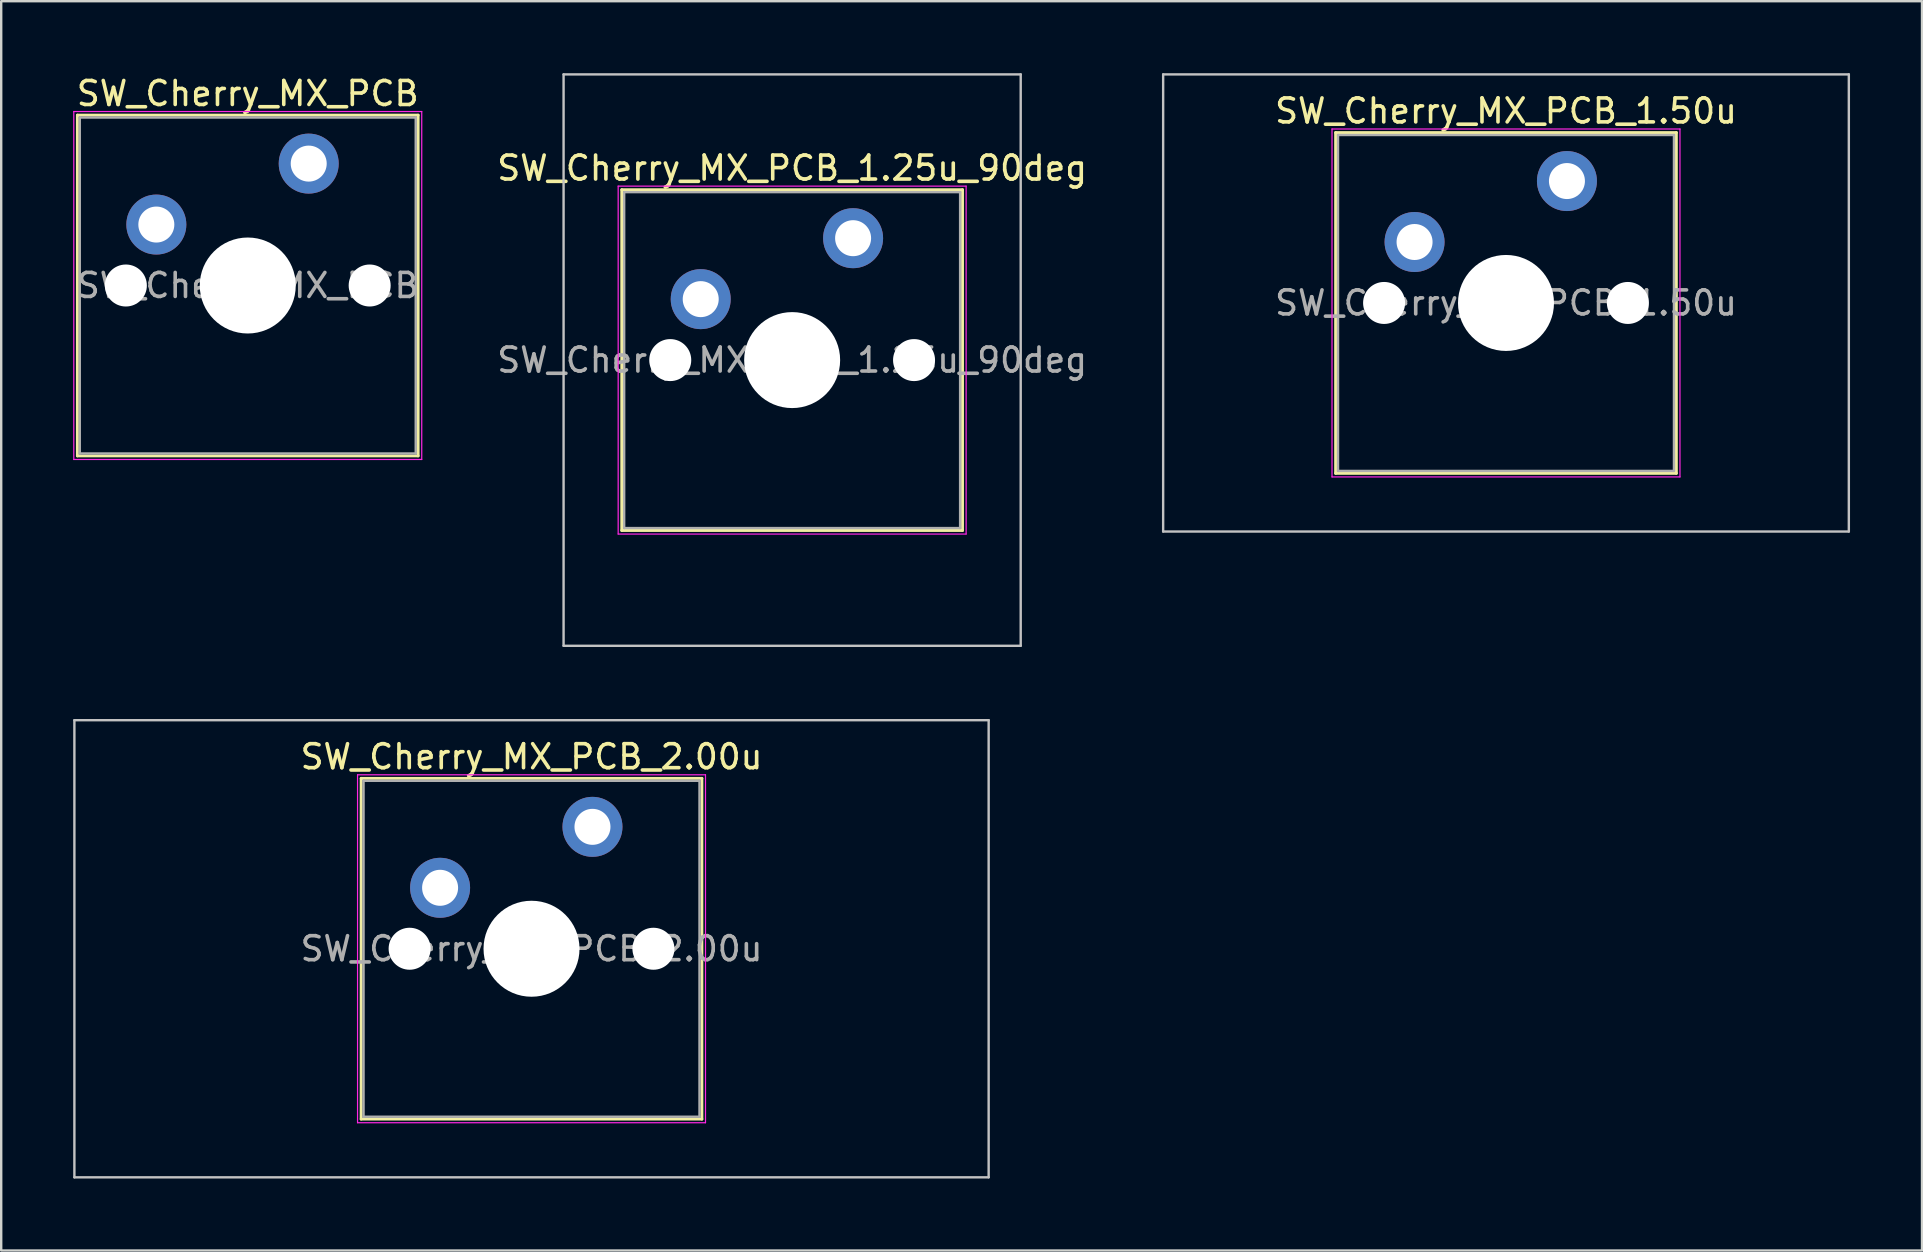
<source format=kicad_pcb>
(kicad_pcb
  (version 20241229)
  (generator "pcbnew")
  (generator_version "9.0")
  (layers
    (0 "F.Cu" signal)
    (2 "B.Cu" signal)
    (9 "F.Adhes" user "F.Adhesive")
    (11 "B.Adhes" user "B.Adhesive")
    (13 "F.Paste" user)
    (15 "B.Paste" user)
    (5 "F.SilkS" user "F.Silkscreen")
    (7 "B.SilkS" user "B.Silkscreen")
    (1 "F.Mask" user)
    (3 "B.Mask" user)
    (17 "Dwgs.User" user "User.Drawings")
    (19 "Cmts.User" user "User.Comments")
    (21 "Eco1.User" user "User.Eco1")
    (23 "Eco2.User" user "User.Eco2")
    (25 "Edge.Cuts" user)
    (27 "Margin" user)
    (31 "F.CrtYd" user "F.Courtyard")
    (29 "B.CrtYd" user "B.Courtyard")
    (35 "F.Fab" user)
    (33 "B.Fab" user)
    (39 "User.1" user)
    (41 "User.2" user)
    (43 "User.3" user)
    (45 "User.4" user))
  (footprint "SW_Cherry_MX_PCB_1.25u_90deg"
    (layer "F.Cu")
    (at 29.961 11.956)
    (property "Reference" "SW_Cherry_MX_PCB_1.25u_90deg" (at 0 -8 0) (layer "F.SilkS") (effects (font (size 1 1) (thickness 0.15))))
    (attr through_hole)
    (fp_line (start -7.1 -7.1) (end -7.1 7.1) (stroke (width 0.12) (type solid)) (layer "F.SilkS"))
    (fp_line (start -7.1 7.1) (end 7.1 7.1) (stroke (width 0.12) (type solid)) (layer "F.SilkS"))
    (fp_line (start 7.1 -7.1) (end -7.1 -7.1) (stroke (width 0.12) (type solid)) (layer "F.SilkS"))
    (fp_line (start 7.1 7.1) (end 7.1 -7.1) (stroke (width 0.12) (type solid)) (layer "F.SilkS"))
    (fp_line (start -9.525 -11.906) (end 9.525 -11.906) (stroke (width 0.1) (type solid)) (layer "Dwgs.User"))
    (fp_line (start -9.525 11.906) (end -9.525 -11.906) (stroke (width 0.1) (type solid)) (layer "Dwgs.User"))
    (fp_line (start 9.525 -11.906) (end 9.525 11.906) (stroke (width 0.1) (type solid)) (layer "Dwgs.User"))
    (fp_line (start 9.525 11.906) (end -9.525 11.906) (stroke (width 0.1) (type solid)) (layer "Dwgs.User"))
    (fp_line (start -7 -7) (end -7 7) (stroke (width 0.1) (type solid)) (layer "Eco1.User"))
    (fp_line (start -7 7) (end 7 7) (stroke (width 0.1) (type solid)) (layer "Eco1.User"))
    (fp_line (start 7 -7) (end -7 -7) (stroke (width 0.1) (type solid)) (layer "Eco1.User"))
    (fp_line (start 7 7) (end 7 -7) (stroke (width 0.1) (type solid)) (layer "Eco1.User"))
    (fp_line (start -7.25 -7.25) (end -7.25 7.25) (stroke (width 0.05) (type solid)) (layer "F.CrtYd"))
    (fp_line (start -7.25 7.25) (end 7.25 7.25) (stroke (width 0.05) (type solid)) (layer "F.CrtYd"))
    (fp_line (start 7.25 -7.25) (end -7.25 -7.25) (stroke (width 0.05) (type solid)) (layer "F.CrtYd"))
    (fp_line (start 7.25 7.25) (end 7.25 -7.25) (stroke (width 0.05) (type solid)) (layer "F.CrtYd"))
    (fp_line (start -7 -7) (end -7 7) (stroke (width 0.1) (type solid)) (layer "F.Fab"))
    (fp_line (start -7 7) (end 7 7) (stroke (width 0.1) (type solid)) (layer "F.Fab"))
    (fp_line (start 7 -7) (end -7 -7) (stroke (width 0.1) (type solid)) (layer "F.Fab"))
    (fp_line (start 7 7) (end 7 -7) (stroke (width 0.1) (type solid)) (layer "F.Fab"))
    (fp_text user "${REFERENCE}" (at 0 0 0) (layer "F.Fab") (effects (font (size 1 1) (thickness 0.15))))
    (pad "" np_thru_hole circle (at -5.08 0) (size 1.75 1.75) (drill 1.75) (layers "*.Cu" "*.Mask"))
    (pad "" np_thru_hole circle (at 0 0) (size 4 4) (drill 4) (layers "*.Cu" "*.Mask"))
    (pad "" np_thru_hole circle (at 5.08 0) (size 1.75 1.75) (drill 1.75) (layers "*.Cu" "*.Mask"))
    (pad "1" thru_hole circle (at -3.81 -2.54) (size 2.5 2.5) (drill 1.5) (layers "*.Cu" "*.Mask"))
    (pad "2" thru_hole circle (at 2.54 -5.08) (size 2.5 2.5) (drill 1.5) (layers "*.Cu" "*.Mask")))
  (footprint "SW_Cherry_MX_PCB"
    (layer "F.Cu")
    (at 7.275 8.848)
    (property "Reference" "SW_Cherry_MX_PCB" (at 0 -8 0) (layer "F.SilkS") (effects (font (size 1 1) (thickness 0.15))))
    (attr through_hole)
    (fp_line (start -7.1 -7.1) (end -7.1 7.1) (stroke (width 0.12) (type solid)) (layer "F.SilkS"))
    (fp_line (start -7.1 7.1) (end 7.1 7.1) (stroke (width 0.12) (type solid)) (layer "F.SilkS"))
    (fp_line (start 7.1 -7.1) (end -7.1 -7.1) (stroke (width 0.12) (type solid)) (layer "F.SilkS"))
    (fp_line (start 7.1 7.1) (end 7.1 -7.1) (stroke (width 0.12) (type solid)) (layer "F.SilkS"))
    (fp_line (start -7 -7) (end -7 7) (stroke (width 0.1) (type solid)) (layer "Eco1.User"))
    (fp_line (start -7 7) (end 7 7) (stroke (width 0.1) (type solid)) (layer "Eco1.User"))
    (fp_line (start 7 -7) (end -7 -7) (stroke (width 0.1) (type solid)) (layer "Eco1.User"))
    (fp_line (start 7 7) (end 7 -7) (stroke (width 0.1) (type solid)) (layer "Eco1.User"))
    (fp_line (start -7.25 -7.25) (end -7.25 7.25) (stroke (width 0.05) (type solid)) (layer "F.CrtYd"))
    (fp_line (start -7.25 7.25) (end 7.25 7.25) (stroke (width 0.05) (type solid)) (layer "F.CrtYd"))
    (fp_line (start 7.25 -7.25) (end -7.25 -7.25) (stroke (width 0.05) (type solid)) (layer "F.CrtYd"))
    (fp_line (start 7.25 7.25) (end 7.25 -7.25) (stroke (width 0.05) (type solid)) (layer "F.CrtYd"))
    (fp_line (start -7 -7) (end -7 7) (stroke (width 0.1) (type solid)) (layer "F.Fab"))
    (fp_line (start -7 7) (end 7 7) (stroke (width 0.1) (type solid)) (layer "F.Fab"))
    (fp_line (start 7 -7) (end -7 -7) (stroke (width 0.1) (type solid)) (layer "F.Fab"))
    (fp_line (start 7 7) (end 7 -7) (stroke (width 0.1) (type solid)) (layer "F.Fab"))
    (fp_text user "${REFERENCE}" (at 0 0 0) (layer "F.Fab") (effects (font (size 1 1) (thickness 0.15))))
    (pad "" np_thru_hole circle (at -5.08 0) (size 1.75 1.75) (drill 1.75) (layers "*.Cu" "*.Mask"))
    (pad "" np_thru_hole circle (at 0 0) (size 4 4) (drill 4) (layers "*.Cu" "*.Mask"))
    (pad "" np_thru_hole circle (at 5.08 0) (size 1.75 1.75) (drill 1.75) (layers "*.Cu" "*.Mask"))
    (pad "1" thru_hole circle (at -3.81 -2.54) (size 2.5 2.5) (drill 1.5) (layers "*.Cu" "*.Mask"))
    (pad "2" thru_hole circle (at 2.54 -5.08) (size 2.5 2.5) (drill 1.5) (layers "*.Cu" "*.Mask")))
  (footprint "SW_Cherry_MX_PCB_1.50u"
    (layer "F.Cu")
    (at 59.709 9.575)
    (property "Reference" "SW_Cherry_MX_PCB_1.50u" (at 0 -8 0) (layer "F.SilkS") (effects (font (size 1 1) (thickness 0.15))))
    (attr through_hole)
    (fp_line (start -7.1 -7.1) (end -7.1 7.1) (stroke (width 0.12) (type solid)) (layer "F.SilkS"))
    (fp_line (start -7.1 7.1) (end 7.1 7.1) (stroke (width 0.12) (type solid)) (layer "F.SilkS"))
    (fp_line (start 7.1 -7.1) (end -7.1 -7.1) (stroke (width 0.12) (type solid)) (layer "F.SilkS"))
    (fp_line (start 7.1 7.1) (end 7.1 -7.1) (stroke (width 0.12) (type solid)) (layer "F.SilkS"))
    (fp_line (start -14.287 -9.525) (end -14.287 9.525) (stroke (width 0.1) (type solid)) (layer "Dwgs.User"))
    (fp_line (start -14.287 9.525) (end 14.287 9.525) (stroke (width 0.1) (type solid)) (layer "Dwgs.User"))
    (fp_line (start 14.287 -9.525) (end -14.287 -9.525) (stroke (width 0.1) (type solid)) (layer "Dwgs.User"))
    (fp_line (start 14.287 9.525) (end 14.287 -9.525) (stroke (width 0.1) (type solid)) (layer "Dwgs.User"))
    (fp_line (start -7 -7) (end -7 7) (stroke (width 0.1) (type solid)) (layer "Eco1.User"))
    (fp_line (start -7 7) (end 7 7) (stroke (width 0.1) (type solid)) (layer "Eco1.User"))
    (fp_line (start 7 -7) (end -7 -7) (stroke (width 0.1) (type solid)) (layer "Eco1.User"))
    (fp_line (start 7 7) (end 7 -7) (stroke (width 0.1) (type solid)) (layer "Eco1.User"))
    (fp_line (start -7.25 -7.25) (end -7.25 7.25) (stroke (width 0.05) (type solid)) (layer "F.CrtYd"))
    (fp_line (start -7.25 7.25) (end 7.25 7.25) (stroke (width 0.05) (type solid)) (layer "F.CrtYd"))
    (fp_line (start 7.25 -7.25) (end -7.25 -7.25) (stroke (width 0.05) (type solid)) (layer "F.CrtYd"))
    (fp_line (start 7.25 7.25) (end 7.25 -7.25) (stroke (width 0.05) (type solid)) (layer "F.CrtYd"))
    (fp_line (start -7 -7) (end -7 7) (stroke (width 0.1) (type solid)) (layer "F.Fab"))
    (fp_line (start -7 7) (end 7 7) (stroke (width 0.1) (type solid)) (layer "F.Fab"))
    (fp_line (start 7 -7) (end -7 -7) (stroke (width 0.1) (type solid)) (layer "F.Fab"))
    (fp_line (start 7 7) (end 7 -7) (stroke (width 0.1) (type solid)) (layer "F.Fab"))
    (fp_text user "${REFERENCE}" (at 0 0 0) (layer "F.Fab") (effects (font (size 1 1) (thickness 0.15))))
    (pad "" np_thru_hole circle (at -5.08 0) (size 1.75 1.75) (drill 1.75) (layers "*.Cu" "*.Mask"))
    (pad "" np_thru_hole circle (at 0 0) (size 4 4) (drill 4) (layers "*.Cu" "*.Mask"))
    (pad "" np_thru_hole circle (at 5.08 0) (size 1.75 1.75) (drill 1.75) (layers "*.Cu" "*.Mask"))
    (pad "1" thru_hole circle (at -3.81 -2.54) (size 2.5 2.5) (drill 1.5) (layers "*.Cu" "*.Mask"))
    (pad "2" thru_hole circle (at 2.54 -5.08) (size 2.5 2.5) (drill 1.5) (layers "*.Cu" "*.Mask")))
  (footprint "SW_Cherry_MX_PCB_2.00u"
    (layer "F.Cu")
    (at 19.1 36.487)
    (property "Reference" "SW_Cherry_MX_PCB_2.00u" (at 0 -8 0) (layer "F.SilkS") (effects (font (size 1 1) (thickness 0.15))))
    (attr through_hole)
    (fp_line (start -7.1 -7.1) (end -7.1 7.1) (stroke (width 0.12) (type solid)) (layer "F.SilkS"))
    (fp_line (start -7.1 7.1) (end 7.1 7.1) (stroke (width 0.12) (type solid)) (layer "F.SilkS"))
    (fp_line (start 7.1 -7.1) (end -7.1 -7.1) (stroke (width 0.12) (type solid)) (layer "F.SilkS"))
    (fp_line (start 7.1 7.1) (end 7.1 -7.1) (stroke (width 0.12) (type solid)) (layer "F.SilkS"))
    (fp_line (start -19.05 -9.525) (end -19.05 9.525) (stroke (width 0.1) (type solid)) (layer "Dwgs.User"))
    (fp_line (start -19.05 9.525) (end 19.05 9.525) (stroke (width 0.1) (type solid)) (layer "Dwgs.User"))
    (fp_line (start 19.05 -9.525) (end -19.05 -9.525) (stroke (width 0.1) (type solid)) (layer "Dwgs.User"))
    (fp_line (start 19.05 9.525) (end 19.05 -9.525) (stroke (width 0.1) (type solid)) (layer "Dwgs.User"))
    (fp_line (start -7 -7) (end -7 7) (stroke (width 0.1) (type solid)) (layer "Eco1.User"))
    (fp_line (start -7 7) (end 7 7) (stroke (width 0.1) (type solid)) (layer "Eco1.User"))
    (fp_line (start 7 -7) (end -7 -7) (stroke (width 0.1) (type solid)) (layer "Eco1.User"))
    (fp_line (start 7 7) (end 7 -7) (stroke (width 0.1) (type solid)) (layer "Eco1.User"))
    (fp_line (start -7.25 -7.25) (end -7.25 7.25) (stroke (width 0.05) (type solid)) (layer "F.CrtYd"))
    (fp_line (start -7.25 7.25) (end 7.25 7.25) (stroke (width 0.05) (type solid)) (layer "F.CrtYd"))
    (fp_line (start 7.25 -7.25) (end -7.25 -7.25) (stroke (width 0.05) (type solid)) (layer "F.CrtYd"))
    (fp_line (start 7.25 7.25) (end 7.25 -7.25) (stroke (width 0.05) (type solid)) (layer "F.CrtYd"))
    (fp_line (start -7 -7) (end -7 7) (stroke (width 0.1) (type solid)) (layer "F.Fab"))
    (fp_line (start -7 7) (end 7 7) (stroke (width 0.1) (type solid)) (layer "F.Fab"))
    (fp_line (start 7 -7) (end -7 -7) (stroke (width 0.1) (type solid)) (layer "F.Fab"))
    (fp_line (start 7 7) (end 7 -7) (stroke (width 0.1) (type solid)) (layer "F.Fab"))
    (fp_text user "${REFERENCE}" (at 0 0 0) (layer "F.Fab") (effects (font (size 1 1) (thickness 0.15))))
    (pad "" np_thru_hole circle (at -5.08 0) (size 1.75 1.75) (drill 1.75) (layers "*.Cu" "*.Mask"))
    (pad "" np_thru_hole circle (at 0 0) (size 4 4) (drill 4) (layers "*.Cu" "*.Mask"))
    (pad "" np_thru_hole circle (at 5.08 0) (size 1.75 1.75) (drill 1.75) (layers "*.Cu" "*.Mask"))
    (pad "1" thru_hole circle (at -3.81 -2.54) (size 2.5 2.5) (drill 1.5) (layers "*.Cu" "*.Mask"))
    (pad "2" thru_hole circle (at 2.54 -5.08) (size 2.5 2.5) (drill 1.5) (layers "*.Cu" "*.Mask")))
  (gr_rect
    (start -3 -3)
    (end 77.046 49.062)
    (stroke (width 0.1) (type default))
    (fill no)
    (layer "Edge.Cuts")))
</source>
